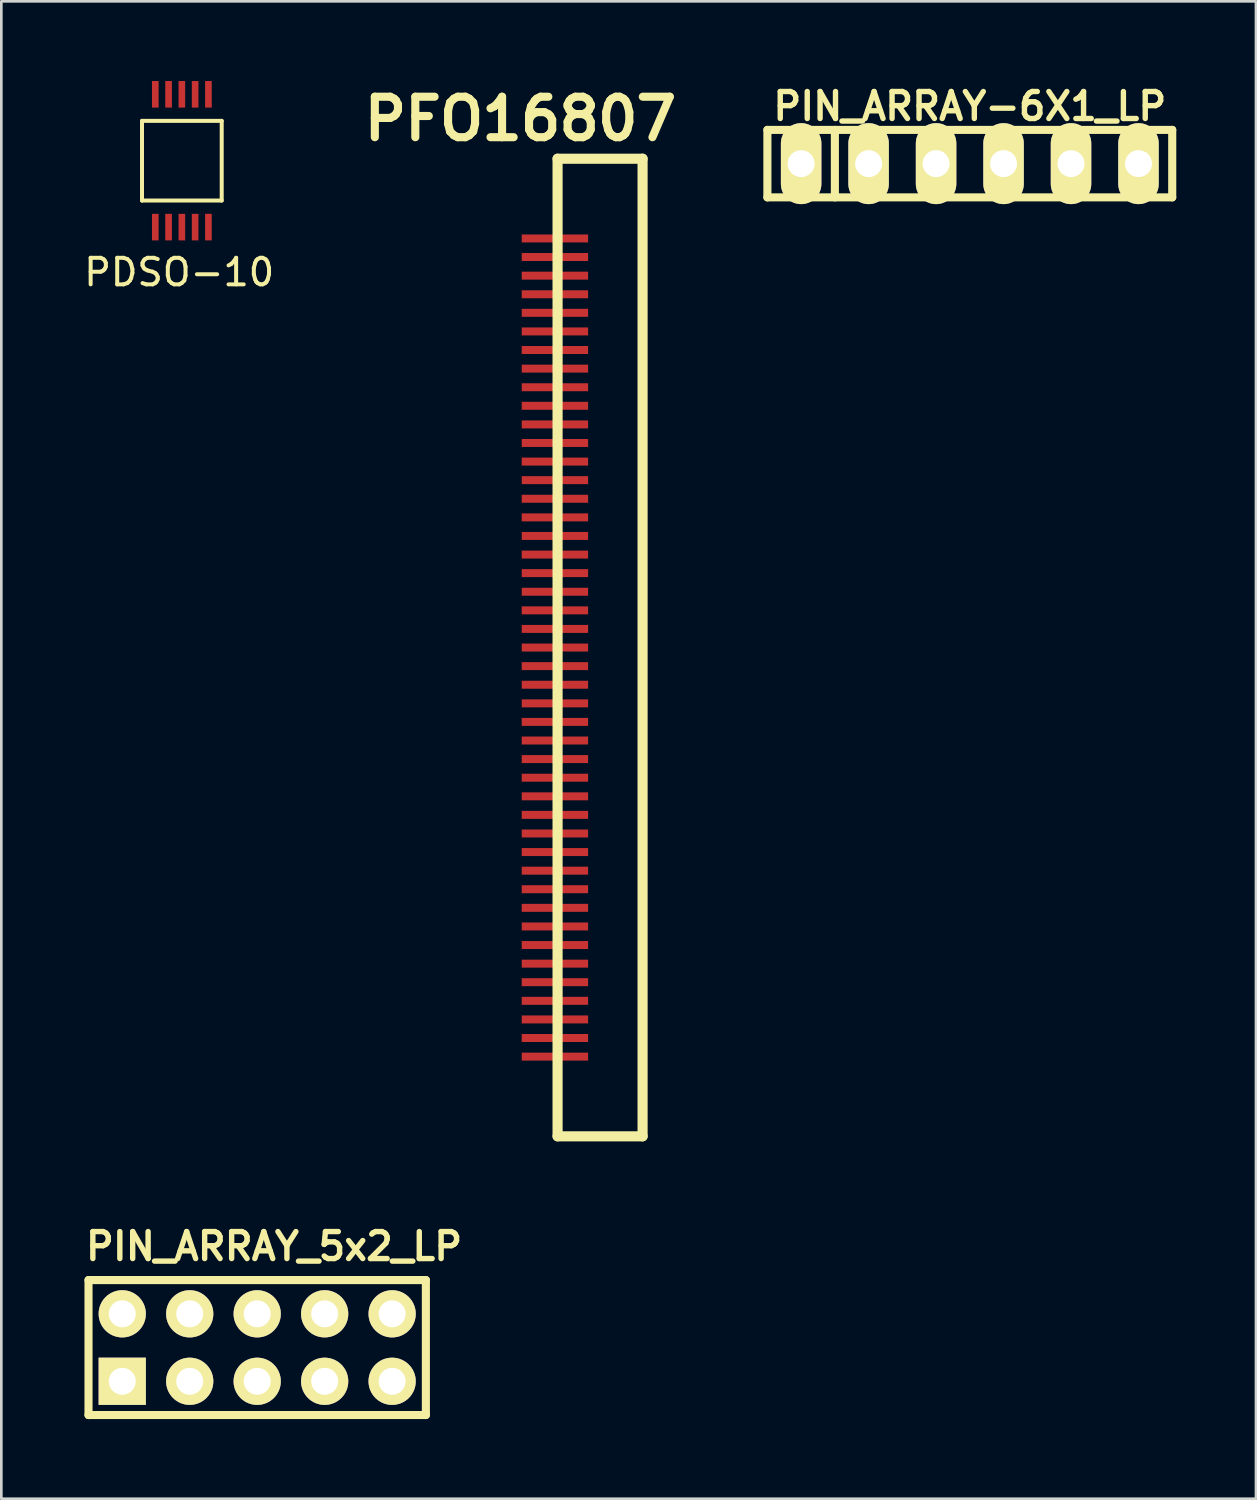
<source format=kicad_pcb>
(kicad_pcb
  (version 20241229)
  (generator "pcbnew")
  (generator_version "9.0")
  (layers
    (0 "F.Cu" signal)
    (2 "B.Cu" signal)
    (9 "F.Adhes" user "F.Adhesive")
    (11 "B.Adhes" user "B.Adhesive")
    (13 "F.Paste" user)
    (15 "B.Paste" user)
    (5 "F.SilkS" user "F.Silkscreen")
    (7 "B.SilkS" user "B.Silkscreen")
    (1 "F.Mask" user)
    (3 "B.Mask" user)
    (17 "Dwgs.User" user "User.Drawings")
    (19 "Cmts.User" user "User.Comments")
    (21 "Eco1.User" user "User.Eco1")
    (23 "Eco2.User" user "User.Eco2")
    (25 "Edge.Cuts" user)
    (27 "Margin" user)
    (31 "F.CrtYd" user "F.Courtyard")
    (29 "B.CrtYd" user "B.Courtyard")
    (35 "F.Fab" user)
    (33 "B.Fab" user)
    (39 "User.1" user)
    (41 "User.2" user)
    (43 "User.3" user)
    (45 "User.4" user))
  (footprint "PDSO-10"
    (layer "F.Cu")
    (at 3.696 3)
    (property "Reference" "PDSO-10" (at 0 4.2 0) (layer "F.SilkS") (effects (font (size 1 1) (thickness 0.15))))
    (attr through_hole)
    (fp_line (start -1.4 1.5) (end -1.4 -1.5) (stroke (width 0.15) (type solid)) (layer "F.SilkS"))
    (fp_line (start 1.6 -1.5) (end -1.4 -1.5) (stroke (width 0.15) (type solid)) (layer "F.SilkS"))
    (fp_line (start 1.6 1.5) (end -1.4 1.5) (stroke (width 0.15) (type solid)) (layer "F.SilkS"))
    (fp_line (start 1.6 1.5) (end 1.6 -1.5) (stroke (width 0.15) (type solid)) (layer "F.SilkS"))
    (pad "1" smd rect (at -0.9 2.5 180) (size 0.25 1) (layers "F.Cu" "F.Mask" "F.Paste"))
    (pad "2" smd rect (at -0.4 2.5 180) (size 0.25 1) (layers "F.Cu" "F.Mask" "F.Paste"))
    (pad "3" smd rect (at 0.1 2.5 180) (size 0.25 1) (layers "F.Cu" "F.Mask" "F.Paste"))
    (pad "4" smd rect (at 0.6 2.5 180) (size 0.25 1) (layers "F.Cu" "F.Mask" "F.Paste"))
    (pad "5" smd rect (at 1.1 2.5 180) (size 0.25 1) (layers "F.Cu" "F.Mask" "F.Paste"))
    (pad "6" smd rect (at 1.1 -2.5 180) (size 0.25 1) (layers "F.Cu" "F.Mask" "F.Paste"))
    (pad "7" smd rect (at 0.6 -2.5 180) (size 0.25 1) (layers "F.Cu" "F.Mask" "F.Paste"))
    (pad "8" smd rect (at 0.1 -2.5 180) (size 0.25 1) (layers "F.Cu" "F.Mask" "F.Paste"))
    (pad "9" smd rect (at -0.4 -2.5 180) (size 0.25 1) (layers "F.Cu" "F.Mask" "F.Paste"))
    (pad "10" smd rect (at -0.9 -2.5 180) (size 0.25 1) (layers "F.Cu" "F.Mask" "F.Paste")))
  (footprint "PIN_ARRAY-6X1_LP"
    (layer "F.Cu")
    (at 33.459 3.11)
    (property "Reference" "PIN_ARRAY-6X1_LP" (at 0 -2.159 0) (layer "F.SilkS") (effects (font (size 1.016 1.016) (thickness 0.203))))
    (attr through_hole)
    (fp_line (start -7.62 -1.27) (end 7.62 -1.27) (stroke (width 0.305) (type solid)) (layer "F.SilkS"))
    (fp_line (start -7.62 1.27) (end -7.62 -1.27) (stroke (width 0.305) (type solid)) (layer "F.SilkS"))
    (fp_line (start -5.08 1.27) (end -5.08 -1.27) (stroke (width 0.305) (type solid)) (layer "F.SilkS"))
    (fp_line (start 7.62 -1.27) (end 7.62 1.27) (stroke (width 0.305) (type solid)) (layer "F.SilkS"))
    (fp_line (start 7.62 1.27) (end -7.62 1.27) (stroke (width 0.305) (type solid)) (layer "F.SilkS"))
    (pad "1" thru_hole oval (at -6.35 0) (size 1.524 3.048) (drill 1.016) (layers "*.Cu" "*.Mask" "F.SilkS"))
    (pad "2" thru_hole oval (at -3.81 0) (size 1.524 3.048) (drill 1.016) (layers "*.Cu" "*.Mask" "F.SilkS"))
    (pad "3" thru_hole oval (at -1.27 0) (size 1.524 3.048) (drill 1.016) (layers "*.Cu" "*.Mask" "F.SilkS"))
    (pad "4" thru_hole oval (at 1.27 0) (size 1.524 3.048) (drill 1.016) (layers "*.Cu" "*.Mask" "F.SilkS"))
    (pad "5" thru_hole oval (at 3.81 0) (size 1.524 3.048) (drill 1.016) (layers "*.Cu" "*.Mask" "F.SilkS"))
    (pad "6" thru_hole oval (at 6.35 0) (size 1.524 3.048) (drill 1.016) (layers "*.Cu" "*.Mask" "F.SilkS")))
  (footprint "PFO16807"
    (layer "F.Cu")
    (at 16.54 21.327)
    (property "Reference" "PFO16807" (at 0 -19.901 0) (layer "F.SilkS") (effects (font (size 1.524 1.524) (thickness 0.305))))
    (attr through_hole)
    (fp_line (start 1.4 18.4) (end 1.4 -18.402) (stroke (width 0.381) (type solid)) (layer "F.SilkS"))
    (fp_line (start 1.4 18.4) (end 4.6 18.4) (stroke (width 0.381) (type solid)) (layer "F.SilkS"))
    (fp_line (start 4.6 -18.402) (end 1.4 -18.402) (stroke (width 0.381) (type solid)) (layer "F.SilkS"))
    (fp_line (start 4.6 -18.402) (end 4.6 18.4) (stroke (width 0.381) (type solid)) (layer "F.SilkS"))
    (pad "1" smd trapezoid (at 1.3 -15.4) (size 2.499 0.3) (layers "F.Cu" "F.Mask" "F.Paste"))
    (pad "2" smd trapezoid (at 1.3 -14.702) (size 2.499 0.3) (layers "F.Cu" "F.Mask" "F.Paste"))
    (pad "3" smd trapezoid (at 1.3 -14) (size 2.499 0.3) (layers "F.Cu" "F.Mask" "F.Paste"))
    (pad "4" smd trapezoid (at 1.3 -13.299) (size 2.499 0.3) (layers "F.Cu" "F.Mask" "F.Paste"))
    (pad "5" smd trapezoid (at 1.3 -12.601) (size 2.499 0.3) (layers "F.Cu" "F.Mask" "F.Paste"))
    (pad "6" smd trapezoid (at 1.3 -11.9) (size 2.499 0.3) (layers "F.Cu" "F.Mask" "F.Paste"))
    (pad "7" smd trapezoid (at 1.3 -11.201) (size 2.499 0.3) (layers "F.Cu" "F.Mask" "F.Paste"))
    (pad "8" smd trapezoid (at 1.3 -10.5) (size 2.499 0.3) (layers "F.Cu" "F.Mask" "F.Paste"))
    (pad "9" smd trapezoid (at 1.3 -9.799) (size 2.499 0.3) (layers "F.Cu" "F.Mask" "F.Paste"))
    (pad "10" smd trapezoid (at 1.3 -9.101) (size 2.499 0.3) (layers "F.Cu" "F.Mask" "F.Paste"))
    (pad "11" smd trapezoid (at 1.3 -8.4) (size 2.499 0.3) (layers "F.Cu" "F.Mask" "F.Paste"))
    (pad "12" smd trapezoid (at 1.3 -7.701) (size 2.499 0.3) (layers "F.Cu" "F.Mask" "F.Paste"))
    (pad "13" smd trapezoid (at 1.3 -7) (size 2.499 0.3) (layers "F.Cu" "F.Mask" "F.Paste"))
    (pad "14" smd trapezoid (at 1.3 -6.302) (size 2.499 0.3) (layers "F.Cu" "F.Mask" "F.Paste"))
    (pad "15" smd trapezoid (at 1.3 -5.601) (size 2.499 0.3) (layers "F.Cu" "F.Mask" "F.Paste"))
    (pad "16" smd trapezoid (at 1.3 -4.9) (size 2.499 0.3) (layers "F.Cu" "F.Mask" "F.Paste"))
    (pad "17" smd trapezoid (at 1.3 -4.201) (size 2.499 0.3) (layers "F.Cu" "F.Mask" "F.Paste"))
    (pad "18" smd trapezoid (at 1.3 -3.5) (size 2.499 0.3) (layers "F.Cu" "F.Mask" "F.Paste"))
    (pad "19" smd trapezoid (at 1.3 -2.802) (size 2.499 0.3) (layers "F.Cu" "F.Mask" "F.Paste"))
    (pad "20" smd trapezoid (at 1.3 -2.101) (size 2.499 0.3) (layers "F.Cu" "F.Mask" "F.Paste"))
    (pad "21" smd trapezoid (at 1.3 -1.4) (size 2.499 0.3) (layers "F.Cu" "F.Mask" "F.Paste"))
    (pad "22" smd trapezoid (at 1.3 -0.701) (size 2.499 0.3) (layers "F.Cu" "F.Mask" "F.Paste"))
    (pad "23" smd trapezoid (at 1.3 0) (size 2.499 0.3) (layers "F.Cu" "F.Mask" "F.Paste"))
    (pad "24" smd trapezoid (at 1.3 0.699) (size 2.499 0.3) (layers "F.Cu" "F.Mask" "F.Paste"))
    (pad "25" smd trapezoid (at 1.3 1.4) (size 2.499 0.3) (layers "F.Cu" "F.Mask" "F.Paste"))
    (pad "26" smd trapezoid (at 1.3 2.101) (size 2.499 0.3) (layers "F.Cu" "F.Mask" "F.Paste"))
    (pad "27" smd trapezoid (at 1.3 2.799) (size 2.499 0.3) (layers "F.Cu" "F.Mask" "F.Paste"))
    (pad "28" smd trapezoid (at 1.3 3.5) (size 2.499 0.3) (layers "F.Cu" "F.Mask" "F.Paste"))
    (pad "29" smd trapezoid (at 1.3 4.199) (size 2.499 0.3) (layers "F.Cu" "F.Mask" "F.Paste"))
    (pad "30" smd trapezoid (at 1.3 4.9) (size 2.499 0.3) (layers "F.Cu" "F.Mask" "F.Paste"))
    (pad "31" smd trapezoid (at 1.3 5.601) (size 2.499 0.3) (layers "F.Cu" "F.Mask" "F.Paste"))
    (pad "32" smd trapezoid (at 1.3 6.299) (size 2.499 0.3) (layers "F.Cu" "F.Mask" "F.Paste"))
    (pad "33" smd trapezoid (at 1.3 7) (size 2.499 0.3) (layers "F.Cu" "F.Mask" "F.Paste"))
    (pad "34" smd trapezoid (at 1.3 7.699) (size 2.499 0.3) (layers "F.Cu" "F.Mask" "F.Paste"))
    (pad "35" smd trapezoid (at 1.3 8.4) (size 2.499 0.3) (layers "F.Cu" "F.Mask" "F.Paste"))
    (pad "36" smd trapezoid (at 1.3 9.098) (size 2.499 0.3) (layers "F.Cu" "F.Mask" "F.Paste"))
    (pad "37" smd trapezoid (at 1.3 9.799) (size 2.499 0.3) (layers "F.Cu" "F.Mask" "F.Paste"))
    (pad "38" smd trapezoid (at 1.3 10.5) (size 2.499 0.3) (layers "F.Cu" "F.Mask" "F.Paste"))
    (pad "39" smd trapezoid (at 1.3 11.199) (size 2.499 0.3) (layers "F.Cu" "F.Mask" "F.Paste"))
    (pad "40" smd trapezoid (at 1.3 11.9) (size 2.499 0.3) (layers "F.Cu" "F.Mask" "F.Paste"))
    (pad "41" smd trapezoid (at 1.3 12.598) (size 2.499 0.3) (layers "F.Cu" "F.Mask" "F.Paste"))
    (pad "42" smd trapezoid (at 1.3 13.299) (size 2.499 0.3) (layers "F.Cu" "F.Mask" "F.Paste"))
    (pad "43" smd trapezoid (at 1.3 14) (size 2.499 0.3) (layers "F.Cu" "F.Mask" "F.Paste"))
    (pad "44" smd trapezoid (at 1.3 14.699) (size 2.499 0.3) (layers "F.Cu" "F.Mask" "F.Paste"))
    (pad "45" smd trapezoid (at 1.3 15.4) (size 2.499 0.3) (layers "F.Cu" "F.Mask" "F.Paste")))
  (footprint "PIN_ARRAY_5x2_LP"
    (layer "F.Cu")
    (at 6.632 47.679)
    (property "Reference" "PIN_ARRAY_5x2_LP" (at 0.635 -3.81 0) (layer "F.SilkS") (effects (font (size 1.016 1.016) (thickness 0.203))))
    (attr through_hole)
    (fp_line (start -6.35 -2.54) (end 6.35 -2.54) (stroke (width 0.305) (type solid)) (layer "F.SilkS"))
    (fp_line (start -6.35 2.54) (end -6.35 -2.54) (stroke (width 0.305) (type solid)) (layer "F.SilkS"))
    (fp_line (start 6.35 -2.54) (end 6.35 2.54) (stroke (width 0.305) (type solid)) (layer "F.SilkS"))
    (fp_line (start 6.35 2.54) (end -6.35 2.54) (stroke (width 0.305) (type solid)) (layer "F.SilkS"))
    (pad "1" thru_hole rect (at -5.08 1.27) (size 1.778 1.778) (drill 1.016) (layers "*.Cu" "*.Mask" "F.SilkS"))
    (pad "2" thru_hole circle (at -5.08 -1.27) (size 1.778 1.778) (drill 1.016) (layers "*.Cu" "*.Mask" "F.SilkS"))
    (pad "3" thru_hole circle (at -2.54 1.27) (size 1.778 1.778) (drill 1.016) (layers "*.Cu" "*.Mask" "F.SilkS"))
    (pad "4" thru_hole circle (at -2.54 -1.27) (size 1.778 1.778) (drill 1.016) (layers "*.Cu" "*.Mask" "F.SilkS"))
    (pad "5" thru_hole circle (at 0 1.27) (size 1.778 1.778) (drill 1.016) (layers "*.Cu" "*.Mask" "F.SilkS"))
    (pad "6" thru_hole circle (at 0 -1.27) (size 1.778 1.778) (drill 1.016) (layers "*.Cu" "*.Mask" "F.SilkS"))
    (pad "7" thru_hole circle (at 2.54 1.27) (size 1.778 1.778) (drill 1.016) (layers "*.Cu" "*.Mask" "F.SilkS"))
    (pad "8" thru_hole circle (at 2.54 -1.27) (size 1.778 1.778) (drill 1.016) (layers "*.Cu" "*.Mask" "F.SilkS"))
    (pad "9" thru_hole circle (at 5.08 1.27) (size 1.778 1.778) (drill 1.016) (layers "*.Cu" "*.Mask" "F.SilkS"))
    (pad "10" thru_hole circle (at 5.08 -1.27) (size 1.778 1.778) (drill 1.016) (layers "*.Cu" "*.Mask" "F.SilkS")))
  (gr_rect
    (start -3 -3)
    (end 44.231 53.371)
    (stroke (width 0.1) (type default))
    (fill no)
    (layer "Edge.Cuts")))
</source>
